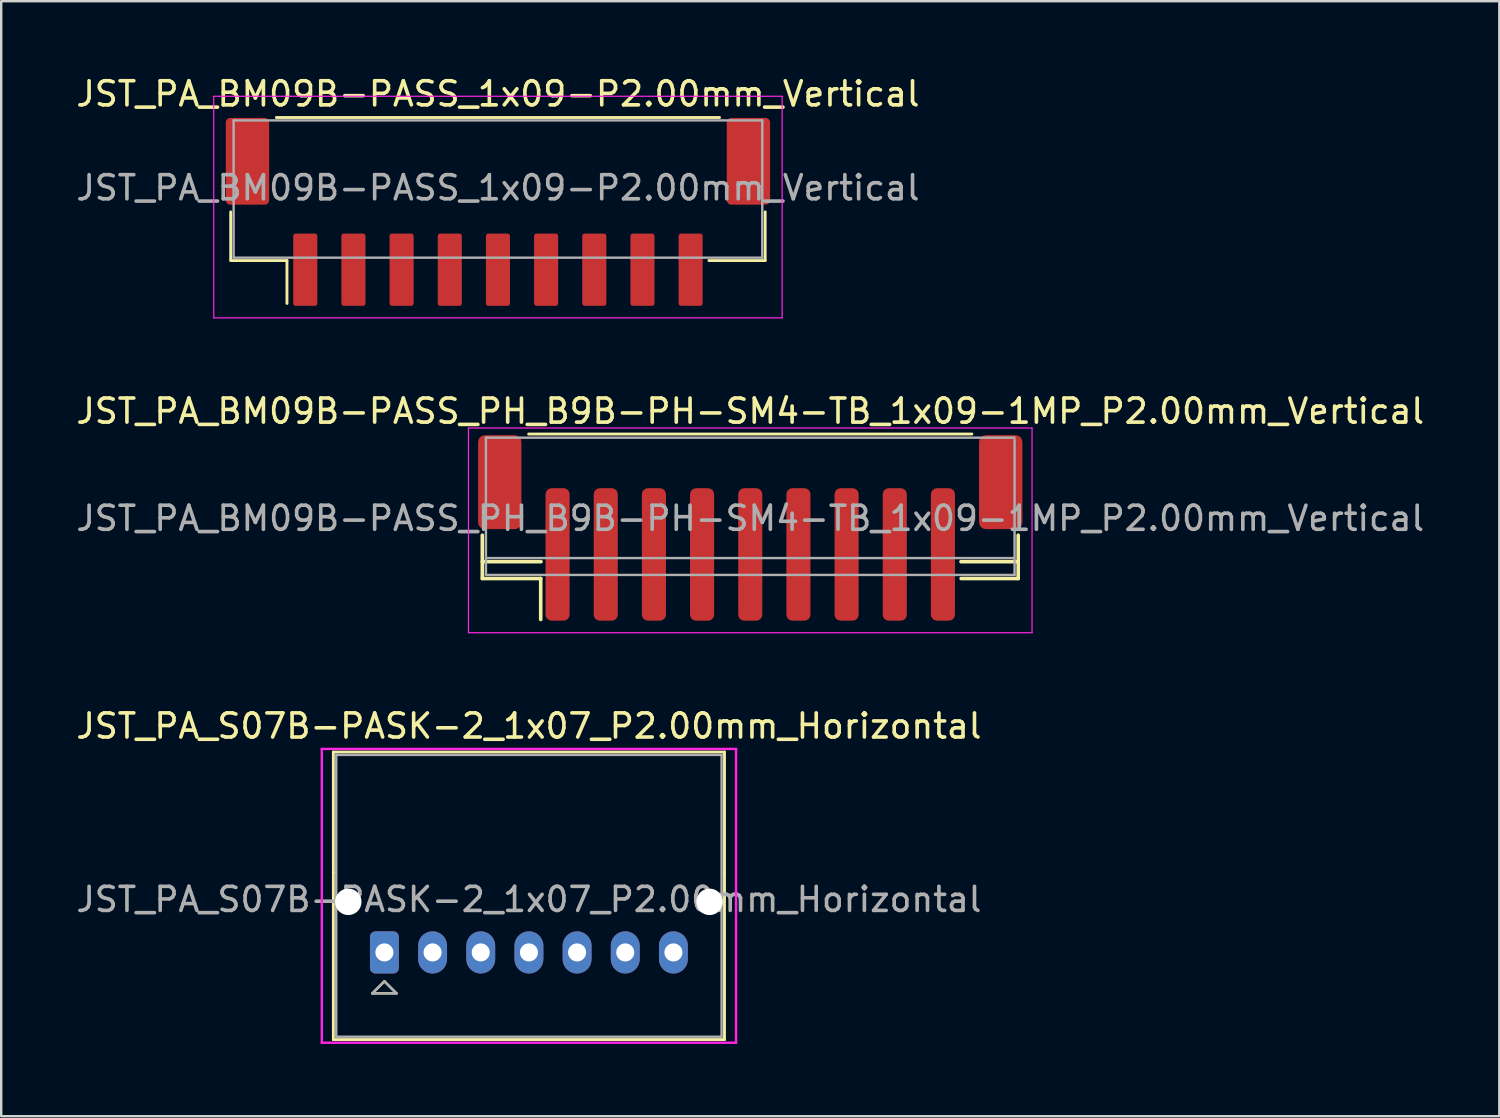
<source format=kicad_pcb>
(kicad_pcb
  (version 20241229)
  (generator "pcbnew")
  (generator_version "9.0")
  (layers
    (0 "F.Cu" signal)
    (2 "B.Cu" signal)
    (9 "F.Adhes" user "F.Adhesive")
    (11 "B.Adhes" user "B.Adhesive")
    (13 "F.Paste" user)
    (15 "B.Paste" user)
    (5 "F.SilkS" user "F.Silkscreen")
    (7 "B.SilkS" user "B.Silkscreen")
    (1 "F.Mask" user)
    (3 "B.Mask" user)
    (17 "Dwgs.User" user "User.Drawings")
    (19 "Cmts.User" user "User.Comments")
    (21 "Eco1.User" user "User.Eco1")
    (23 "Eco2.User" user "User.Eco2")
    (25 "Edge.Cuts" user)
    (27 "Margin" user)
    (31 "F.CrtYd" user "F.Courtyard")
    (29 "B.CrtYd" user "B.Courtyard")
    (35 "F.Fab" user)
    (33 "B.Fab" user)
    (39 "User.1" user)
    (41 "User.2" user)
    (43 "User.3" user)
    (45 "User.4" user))
  (footprint "JST_PA_S07B-PASK-2_1x07_P2.00mm_Horizontal"
    (layer "F.Cu")
    (at 12.911 36.495)
    (property "Reference" "JST_PA_S07B-PASK-2_1x07_P2.00mm_Horizontal" (at 6 -9.4 0) (unlocked yes) (layer "F.SilkS") (effects (font (size 1 1) (thickness 0.15))))
    (attr through_hole)
    (fp_line (start -2.12 -8.32) (end -2.12 -3.32) (stroke (width 0.12) (type default)) (layer "F.SilkS"))
    (fp_line (start -2.12 -8.32) (end 14.12 -8.32) (stroke (width 0.12) (type default)) (layer "F.SilkS"))
    (fp_line (start -2.12 3.62) (end -2.12 -3.32) (stroke (width 0.12) (type default)) (layer "F.SilkS"))
    (fp_line (start -2.12 3.62) (end 14.12 3.62) (stroke (width 0.12) (type default)) (layer "F.SilkS"))
    (fp_line (start -0.5 1.7) (end 0.5 1.7) (stroke (width 0.1) (type solid)) (layer "F.SilkS"))
    (fp_line (start 0 1.2) (end -0.5 1.7) (stroke (width 0.1) (type solid)) (layer "F.SilkS"))
    (fp_line (start 0.5 1.7) (end 0 1.2) (stroke (width 0.1) (type solid)) (layer "F.SilkS"))
    (fp_line (start 14.12 -8.32) (end 14.12 -3.32) (stroke (width 0.12) (type default)) (layer "F.SilkS"))
    (fp_line (start 14.12 3.62) (end 14.12 -3.32) (stroke (width 0.12) (type default)) (layer "F.SilkS"))
    (fp_line (start -2.6 -8.45) (end -2.6 3.75) (stroke (width 0.1) (type solid)) (layer "F.CrtYd"))
    (fp_line (start -2.6 3.75) (end 14.6 3.75) (stroke (width 0.1) (type solid)) (layer "F.CrtYd"))
    (fp_line (start 14.6 -8.45) (end -2.6 -8.45) (stroke (width 0.1) (type solid)) (layer "F.CrtYd"))
    (fp_line (start 14.6 3.75) (end 14.6 -8.45) (stroke (width 0.1) (type solid)) (layer "F.CrtYd"))
    (fp_line (start -2 -8.2) (end -2 3.5) (stroke (width 0.1) (type solid)) (layer "F.Fab"))
    (fp_line (start -2 3.5) (end 14 3.5) (stroke (width 0.1) (type solid)) (layer "F.Fab"))
    (fp_line (start -0.5 1.7) (end 0.5 1.7) (stroke (width 0.1) (type solid)) (layer "F.Fab"))
    (fp_line (start 0 1.2) (end -0.5 1.7) (stroke (width 0.1) (type solid)) (layer "F.Fab"))
    (fp_line (start 0.5 1.7) (end 0 1.2) (stroke (width 0.1) (type solid)) (layer "F.Fab"))
    (fp_line (start 14 -8.2) (end -2 -8.2) (stroke (width 0.1) (type solid)) (layer "F.Fab"))
    (fp_line (start 14 3.5) (end 14 -8.2) (stroke (width 0.1) (type solid)) (layer "F.Fab"))
    (fp_text user "${REFERENCE}" (at 6 -2.2 0) (layer "F.Fab") (effects (font (size 1 1) (thickness 0.15))))
    (pad "" np_thru_hole circle (at -1.5 -2.1) (size 1.1 1.1) (drill 1.1) (layers "*.Cu" "*.Mask"))
    (pad "" np_thru_hole circle (at 13.5 -2.1) (size 1.1 1.1) (drill 1.1) (layers "*.Cu" "*.Mask"))
    (pad "1" thru_hole roundrect (at 0 0) (size 1.2 1.75) (drill 0.75) (layers "*.Cu" "*.Mask") (roundrect_rratio 0.189))
    (pad "2" thru_hole oval (at 2 0) (size 1.2 1.75) (drill 0.75) (layers "*.Cu" "*.Mask"))
    (pad "3" thru_hole oval (at 4 0) (size 1.2 1.75) (drill 0.75) (layers "*.Cu" "*.Mask"))
    (pad "4" thru_hole oval (at 6 0) (size 1.2 1.75) (drill 0.75) (layers "*.Cu" "*.Mask"))
    (pad "5" thru_hole oval (at 8 0) (size 1.2 1.75) (drill 0.75) (layers "*.Cu" "*.Mask"))
    (pad "6" thru_hole oval (at 10 0) (size 1.2 1.75) (drill 0.75) (layers "*.Cu" "*.Mask"))
    (pad "7" thru_hole oval (at 12 0) (size 1.2 1.75) (drill 0.75) (layers "*.Cu" "*.Mask")))
  (footprint "JST_PA_BM09B-PASS_1x09-P2.00mm_Vertical"
    (layer "F.Cu")
    (at 17.625 6.698)
    (property "Reference" "JST_PA_BM09B-PASS_1x09-P2.00mm_Vertical" (at 0 -5.85 0) (layer "F.SilkS") (effects (font (size 1 1) (thickness 0.15))))
    (attr smd)
    (fp_line (start -11.095 -0.95) (end -11.095 1.07) (stroke (width 0.12) (type solid)) (layer "F.SilkS"))
    (fp_line (start -11.085 1.07) (end -8.76 1.07) (stroke (width 0.12) (type solid)) (layer "F.SilkS"))
    (fp_line (start -9.2 -4.87) (end 9.2 -4.87) (stroke (width 0.12) (type solid)) (layer "F.SilkS"))
    (fp_line (start -8.76 1.07) (end -8.76 2.85) (stroke (width 0.12) (type solid)) (layer "F.SilkS"))
    (fp_line (start 11.095 1.07) (end 8.76 1.07) (stroke (width 0.12) (type solid)) (layer "F.SilkS"))
    (fp_line (start 11.095 1.07) (end 11.095 -0.95) (stroke (width 0.12) (type solid)) (layer "F.SilkS"))
    (fp_line (start -11.8 -5.75) (end -11.8 3.45) (stroke (width 0.05) (type solid)) (layer "F.CrtYd"))
    (fp_line (start -11.8 3.45) (end 11.8 3.45) (stroke (width 0.05) (type solid)) (layer "F.CrtYd"))
    (fp_line (start 11.8 -5.75) (end -11.8 -5.75) (stroke (width 0.05) (type solid)) (layer "F.CrtYd"))
    (fp_line (start 11.8 3.45) (end 11.8 -5.75) (stroke (width 0.05) (type solid)) (layer "F.CrtYd"))
    (fp_line (start -10.975 -4.75) (end 10.975 -4.75) (stroke (width 0.1) (type solid)) (layer "F.Fab"))
    (fp_line (start -10.975 0.95) (end -10.975 -4.75) (stroke (width 0.1) (type solid)) (layer "F.Fab"))
    (fp_line (start -10.975 0.95) (end 10.975 0.95) (stroke (width 0.1) (type solid)) (layer "F.Fab"))
    (fp_line (start 10.975 0.95) (end 10.975 -4.75) (stroke (width 0.1) (type solid)) (layer "F.Fab"))
    (fp_text user "${REFERENCE}" (at 0 -1.95 0) (layer "F.Fab") (effects (font (size 1 1) (thickness 0.15))))
    (pad "1" smd roundrect (at -8 1.45) (size 1 3) (layers "F.Cu" "F.Mask" "F.Paste") (roundrect_rratio 0.1))
    (pad "2" smd roundrect (at -6 1.45) (size 1 3) (layers "F.Cu" "F.Mask" "F.Paste") (roundrect_rratio 0.1))
    (pad "3" smd roundrect (at -4 1.45) (size 1 3) (layers "F.Cu" "F.Mask" "F.Paste") (roundrect_rratio 0.1))
    (pad "4" smd roundrect (at -2 1.45) (size 1 3) (layers "F.Cu" "F.Mask" "F.Paste") (roundrect_rratio 0.1))
    (pad "5" smd roundrect (at 0 1.45) (size 1 3) (layers "F.Cu" "F.Mask" "F.Paste") (roundrect_rratio 0.1))
    (pad "6" smd roundrect (at 2 1.45) (size 1 3) (layers "F.Cu" "F.Mask" "F.Paste") (roundrect_rratio 0.1))
    (pad "7" smd roundrect (at 4 1.45) (size 1 3) (layers "F.Cu" "F.Mask" "F.Paste") (roundrect_rratio 0.1))
    (pad "8" smd roundrect (at 6 1.45) (size 1 3) (layers "F.Cu" "F.Mask" "F.Paste") (roundrect_rratio 0.1))
    (pad "9" smd roundrect (at 8 1.45) (size 1 3) (layers "F.Cu" "F.Mask" "F.Paste") (roundrect_rratio 0.1))
    (pad "MP" smd roundrect (at -10.4 -3.05) (size 1.8 3.6) (layers "F.Cu" "F.Mask" "F.Paste") (roundrect_rratio 0.1))
    (pad "MP" smd roundrect (at 10.4 -3.05) (size 1.8 3.6) (layers "F.Cu" "F.Mask" "F.Paste") (roundrect_rratio 0.1)))
  (footprint "JST_PA_BM09B-PASS_PH_B9B-PH-SM4-TB_1x09-1MP_P2.00mm_Vertical"
    (layer "F.Cu")
    (at 28.101 19.471)
    (property "Reference" "JST_PA_BM09B-PASS_PH_B9B-PH-SM4-TB_1x09-1MP_P2.00mm_Vertical" (at 0 -5.45 0) (layer "F.SilkS") (effects (font (size 1 1) (thickness 0.15))))
    (attr smd)
    (fp_line (start -11.125 1.5) (end -11.125 -0.3) (stroke (width 0.15) (type solid)) (layer "F.SilkS"))
    (fp_line (start -9.2 -4.5) (end 9.2 -4.5) (stroke (width 0.12) (type solid)) (layer "F.SilkS"))
    (fp_line (start -8.7 1.5) (end -11.125 1.5) (stroke (width 0.15) (type solid)) (layer "F.SilkS"))
    (fp_line (start -8.7 1.5) (end -8.7 3.2) (stroke (width 0.15) (type solid)) (layer "F.SilkS"))
    (fp_line (start -8.687 0.8) (end -11.125 0.8) (stroke (width 0.15) (type solid)) (layer "F.SilkS"))
    (fp_line (start 8.75 0.8) (end 11.1 0.8) (stroke (width 0.15) (type solid)) (layer "F.SilkS"))
    (fp_line (start 8.755 1.5) (end 11.125 1.5) (stroke (width 0.15) (type solid)) (layer "F.SilkS"))
    (fp_line (start 11.125 1.5) (end 11.125 -0.3) (stroke (width 0.15) (type solid)) (layer "F.SilkS"))
    (fp_line (start -11.7 -4.75) (end -11.7 3.75) (stroke (width 0.05) (type solid)) (layer "F.CrtYd"))
    (fp_line (start -11.7 3.75) (end 11.7 3.75) (stroke (width 0.05) (type solid)) (layer "F.CrtYd"))
    (fp_line (start 11.7 -4.75) (end -11.7 -4.75) (stroke (width 0.05) (type solid)) (layer "F.CrtYd"))
    (fp_line (start 11.7 3.75) (end 11.7 -4.75) (stroke (width 0.05) (type solid)) (layer "F.CrtYd"))
    (fp_line (start -10.975 -4.35) (end 10.975 -4.35) (stroke (width 0.1) (type solid)) (layer "F.Fab"))
    (fp_line (start -10.975 1.35) (end -10.975 -4.35) (stroke (width 0.1) (type solid)) (layer "F.Fab"))
    (fp_line (start -10.975 1.35) (end 10.975 1.35) (stroke (width 0.1) (type solid)) (layer "F.Fab"))
    (fp_line (start -10.95 0.65) (end 10.95 0.65) (stroke (width 0.1) (type solid)) (layer "F.Fab"))
    (fp_line (start 10.975 1.35) (end 10.975 -4.25) (stroke (width 0.1) (type solid)) (layer "F.Fab"))
    (fp_text user "${REFERENCE}" (at 0 -1 0) (layer "F.Fab") (effects (font (size 1 1) (thickness 0.15))))
    (pad "1" smd roundrect (at -8 0.5) (size 1 5.5) (layers "F.Cu" "F.Mask" "F.Paste") (roundrect_rratio 0.25))
    (pad "2" smd roundrect (at -6 0.5) (size 1 5.5) (layers "F.Cu" "F.Mask" "F.Paste") (roundrect_rratio 0.25))
    (pad "3" smd roundrect (at -4 0.5) (size 1 5.5) (layers "F.Cu" "F.Mask" "F.Paste") (roundrect_rratio 0.25))
    (pad "4" smd roundrect (at -2 0.5) (size 1 5.5) (layers "F.Cu" "F.Mask" "F.Paste") (roundrect_rratio 0.25))
    (pad "5" smd roundrect (at 0 0.5) (size 1 5.5) (layers "F.Cu" "F.Mask" "F.Paste") (roundrect_rratio 0.25))
    (pad "6" smd roundrect (at 2 0.5) (size 1 5.5) (layers "F.Cu" "F.Mask" "F.Paste") (roundrect_rratio 0.25))
    (pad "7" smd roundrect (at 4 0.5) (size 1 5.5) (layers "F.Cu" "F.Mask" "F.Paste") (roundrect_rratio 0.25))
    (pad "8" smd roundrect (at 6 0.5) (size 1 5.5) (layers "F.Cu" "F.Mask" "F.Paste") (roundrect_rratio 0.25))
    (pad "9" smd roundrect (at 8 0.5) (size 1 5.5) (layers "F.Cu" "F.Mask" "F.Paste") (roundrect_rratio 0.25))
    (pad "MP" smd roundrect (at -10.4 -2.5) (size 1.8 3.9) (layers "F.Cu" "F.Mask" "F.Paste") (roundrect_rratio 0.156))
    (pad "MP" smd roundrect (at 10.4 -2.5) (size 1.8 3.9) (layers "F.Cu" "F.Mask" "F.Paste") (roundrect_rratio 0.156)))
  (gr_rect
    (start -3 -3)
    (end 59.202 43.295)
    (stroke (width 0.1) (type default))
    (fill no)
    (layer "Edge.Cuts")))
</source>
